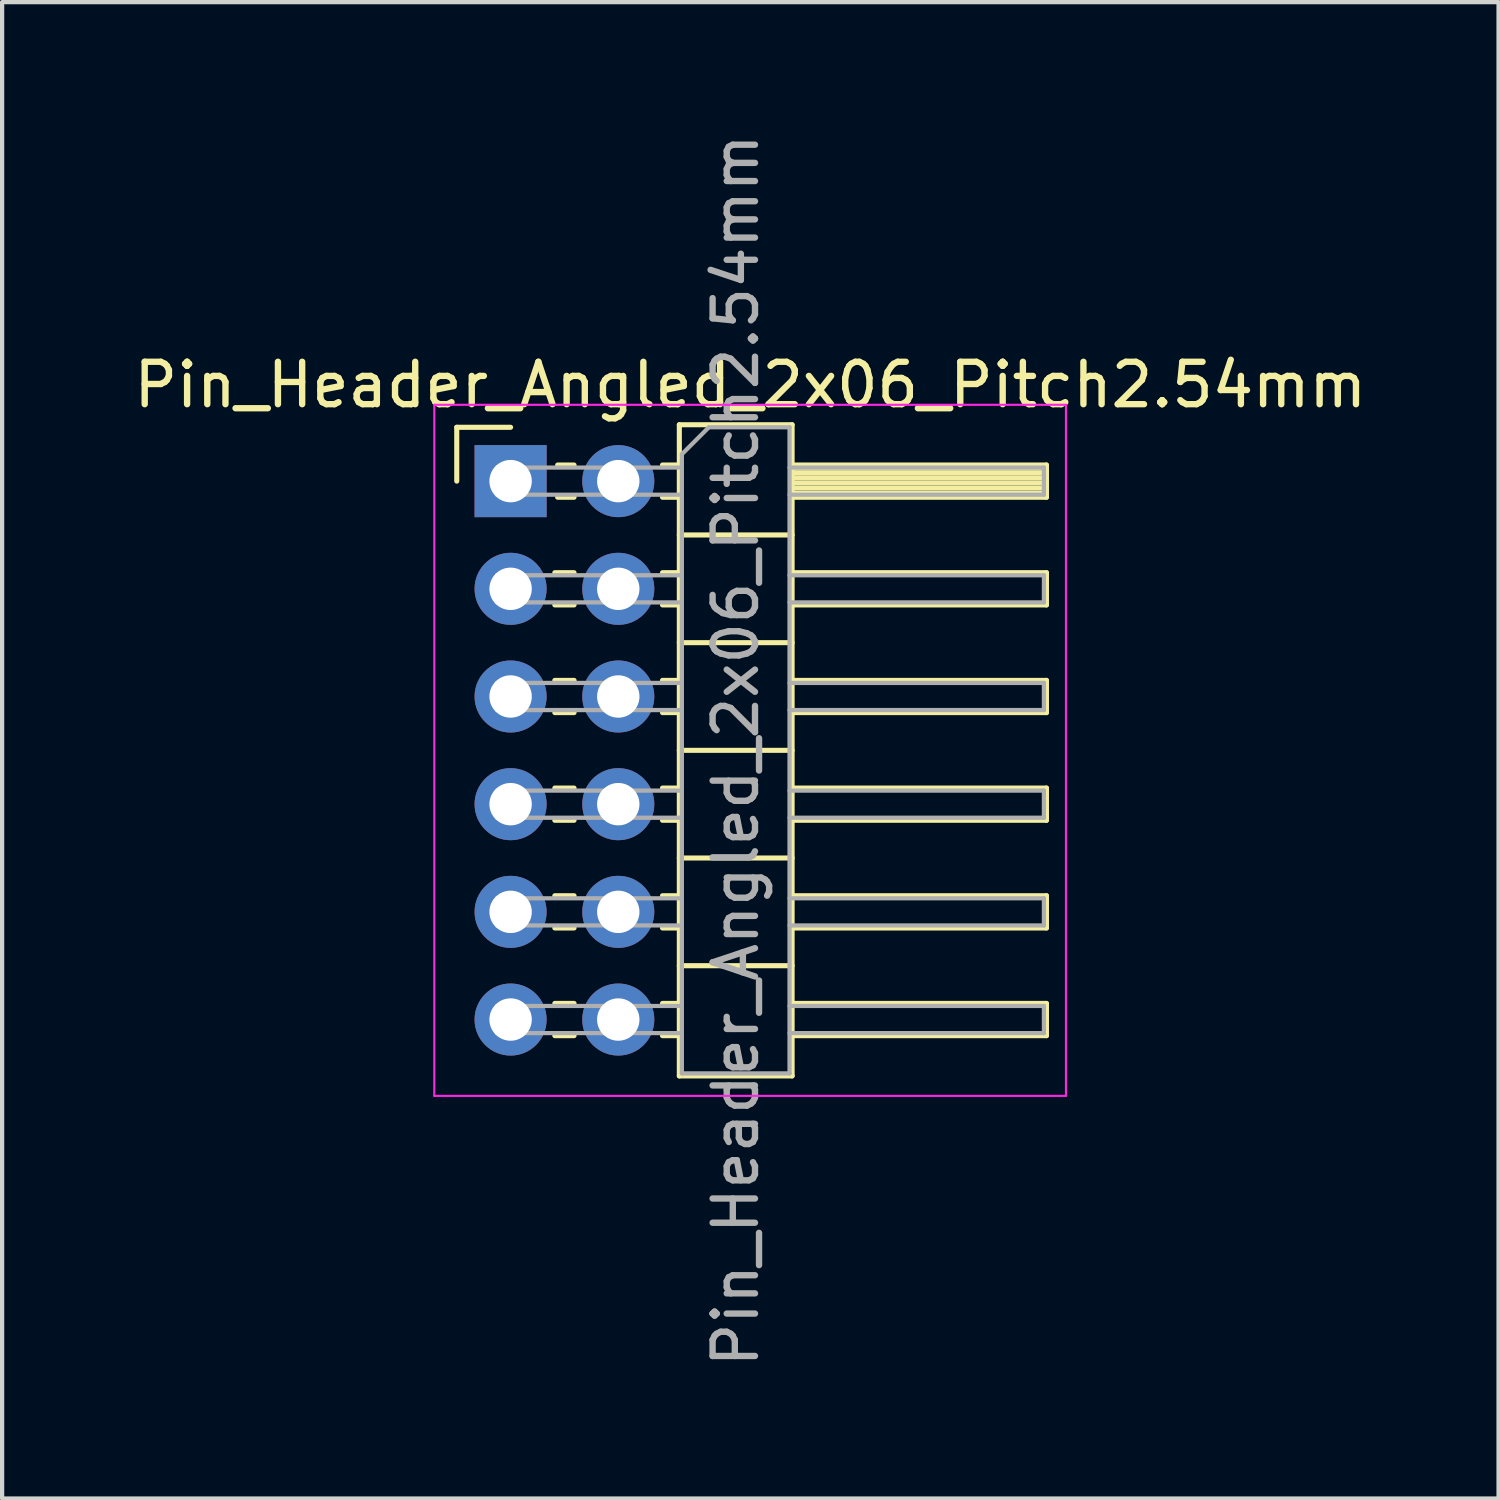
<source format=kicad_pcb>
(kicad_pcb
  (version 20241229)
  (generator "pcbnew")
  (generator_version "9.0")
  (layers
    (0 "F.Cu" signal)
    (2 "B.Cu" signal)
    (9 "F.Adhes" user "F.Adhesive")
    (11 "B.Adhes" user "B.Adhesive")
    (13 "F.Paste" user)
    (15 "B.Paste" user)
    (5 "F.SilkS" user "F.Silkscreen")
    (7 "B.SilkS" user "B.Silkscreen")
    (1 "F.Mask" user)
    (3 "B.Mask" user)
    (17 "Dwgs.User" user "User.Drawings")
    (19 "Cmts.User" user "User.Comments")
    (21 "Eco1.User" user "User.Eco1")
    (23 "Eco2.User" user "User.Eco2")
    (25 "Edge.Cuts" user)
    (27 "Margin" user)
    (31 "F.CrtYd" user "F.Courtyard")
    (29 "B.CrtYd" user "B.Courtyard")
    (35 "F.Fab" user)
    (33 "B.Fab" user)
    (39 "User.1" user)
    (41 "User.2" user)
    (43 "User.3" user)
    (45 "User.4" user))
  (footprint "Pin_Header_Angled_2x06_Pitch2.54mm"
    (layer "F.Cu")
    (at 8.994 8.299)
    (property "Reference" "Pin_Header_Angled_2x06_Pitch2.54mm" (at 5.655 -2.27 0) (layer "F.SilkS") (effects (font (size 1 1) (thickness 0.15))))
    (attr through_hole)
    (fp_line (start -1.27 -1.27) (end 0 -1.27) (stroke (width 0.12) (type solid)) (layer "F.SilkS"))
    (fp_line (start -1.27 0) (end -1.27 -1.27) (stroke (width 0.12) (type solid)) (layer "F.SilkS"))
    (fp_line (start 1.043 2.16) (end 1.497 2.16) (stroke (width 0.12) (type solid)) (layer "F.SilkS"))
    (fp_line (start 1.043 2.92) (end 1.497 2.92) (stroke (width 0.12) (type solid)) (layer "F.SilkS"))
    (fp_line (start 1.043 4.7) (end 1.497 4.7) (stroke (width 0.12) (type solid)) (layer "F.SilkS"))
    (fp_line (start 1.043 5.46) (end 1.497 5.46) (stroke (width 0.12) (type solid)) (layer "F.SilkS"))
    (fp_line (start 1.043 7.24) (end 1.497 7.24) (stroke (width 0.12) (type solid)) (layer "F.SilkS"))
    (fp_line (start 1.043 8) (end 1.497 8) (stroke (width 0.12) (type solid)) (layer "F.SilkS"))
    (fp_line (start 1.043 9.78) (end 1.497 9.78) (stroke (width 0.12) (type solid)) (layer "F.SilkS"))
    (fp_line (start 1.043 10.54) (end 1.497 10.54) (stroke (width 0.12) (type solid)) (layer "F.SilkS"))
    (fp_line (start 1.043 12.32) (end 1.497 12.32) (stroke (width 0.12) (type solid)) (layer "F.SilkS"))
    (fp_line (start 1.043 13.08) (end 1.497 13.08) (stroke (width 0.12) (type solid)) (layer "F.SilkS"))
    (fp_line (start 1.11 -0.38) (end 1.497 -0.38) (stroke (width 0.12) (type solid)) (layer "F.SilkS"))
    (fp_line (start 1.11 0.38) (end 1.497 0.38) (stroke (width 0.12) (type solid)) (layer "F.SilkS"))
    (fp_line (start 3.583 -0.38) (end 3.98 -0.38) (stroke (width 0.12) (type solid)) (layer "F.SilkS"))
    (fp_line (start 3.583 0.38) (end 3.98 0.38) (stroke (width 0.12) (type solid)) (layer "F.SilkS"))
    (fp_line (start 3.583 2.16) (end 3.98 2.16) (stroke (width 0.12) (type solid)) (layer "F.SilkS"))
    (fp_line (start 3.583 2.92) (end 3.98 2.92) (stroke (width 0.12) (type solid)) (layer "F.SilkS"))
    (fp_line (start 3.583 4.7) (end 3.98 4.7) (stroke (width 0.12) (type solid)) (layer "F.SilkS"))
    (fp_line (start 3.583 5.46) (end 3.98 5.46) (stroke (width 0.12) (type solid)) (layer "F.SilkS"))
    (fp_line (start 3.583 7.24) (end 3.98 7.24) (stroke (width 0.12) (type solid)) (layer "F.SilkS"))
    (fp_line (start 3.583 8) (end 3.98 8) (stroke (width 0.12) (type solid)) (layer "F.SilkS"))
    (fp_line (start 3.583 9.78) (end 3.98 9.78) (stroke (width 0.12) (type solid)) (layer "F.SilkS"))
    (fp_line (start 3.583 10.54) (end 3.98 10.54) (stroke (width 0.12) (type solid)) (layer "F.SilkS"))
    (fp_line (start 3.583 12.32) (end 3.98 12.32) (stroke (width 0.12) (type solid)) (layer "F.SilkS"))
    (fp_line (start 3.583 13.08) (end 3.98 13.08) (stroke (width 0.12) (type solid)) (layer "F.SilkS"))
    (fp_line (start 3.98 -1.33) (end 3.98 14.03) (stroke (width 0.12) (type solid)) (layer "F.SilkS"))
    (fp_line (start 3.98 1.27) (end 6.64 1.27) (stroke (width 0.12) (type solid)) (layer "F.SilkS"))
    (fp_line (start 3.98 3.81) (end 6.64 3.81) (stroke (width 0.12) (type solid)) (layer "F.SilkS"))
    (fp_line (start 3.98 6.35) (end 6.64 6.35) (stroke (width 0.12) (type solid)) (layer "F.SilkS"))
    (fp_line (start 3.98 8.89) (end 6.64 8.89) (stroke (width 0.12) (type solid)) (layer "F.SilkS"))
    (fp_line (start 3.98 11.43) (end 6.64 11.43) (stroke (width 0.12) (type solid)) (layer "F.SilkS"))
    (fp_line (start 3.98 14.03) (end 6.64 14.03) (stroke (width 0.12) (type solid)) (layer "F.SilkS"))
    (fp_line (start 6.64 -1.33) (end 3.98 -1.33) (stroke (width 0.12) (type solid)) (layer "F.SilkS"))
    (fp_line (start 6.64 -0.38) (end 12.64 -0.38) (stroke (width 0.12) (type solid)) (layer "F.SilkS"))
    (fp_line (start 6.64 -0.32) (end 12.64 -0.32) (stroke (width 0.12) (type solid)) (layer "F.SilkS"))
    (fp_line (start 6.64 -0.2) (end 12.64 -0.2) (stroke (width 0.12) (type solid)) (layer "F.SilkS"))
    (fp_line (start 6.64 -0.08) (end 12.64 -0.08) (stroke (width 0.12) (type solid)) (layer "F.SilkS"))
    (fp_line (start 6.64 0.04) (end 12.64 0.04) (stroke (width 0.12) (type solid)) (layer "F.SilkS"))
    (fp_line (start 6.64 0.16) (end 12.64 0.16) (stroke (width 0.12) (type solid)) (layer "F.SilkS"))
    (fp_line (start 6.64 0.28) (end 12.64 0.28) (stroke (width 0.12) (type solid)) (layer "F.SilkS"))
    (fp_line (start 6.64 2.16) (end 12.64 2.16) (stroke (width 0.12) (type solid)) (layer "F.SilkS"))
    (fp_line (start 6.64 4.7) (end 12.64 4.7) (stroke (width 0.12) (type solid)) (layer "F.SilkS"))
    (fp_line (start 6.64 7.24) (end 12.64 7.24) (stroke (width 0.12) (type solid)) (layer "F.SilkS"))
    (fp_line (start 6.64 9.78) (end 12.64 9.78) (stroke (width 0.12) (type solid)) (layer "F.SilkS"))
    (fp_line (start 6.64 12.32) (end 12.64 12.32) (stroke (width 0.12) (type solid)) (layer "F.SilkS"))
    (fp_line (start 6.64 14.03) (end 6.64 -1.33) (stroke (width 0.12) (type solid)) (layer "F.SilkS"))
    (fp_line (start 12.64 -0.38) (end 12.64 0.38) (stroke (width 0.12) (type solid)) (layer "F.SilkS"))
    (fp_line (start 12.64 0.38) (end 6.64 0.38) (stroke (width 0.12) (type solid)) (layer "F.SilkS"))
    (fp_line (start 12.64 2.16) (end 12.64 2.92) (stroke (width 0.12) (type solid)) (layer "F.SilkS"))
    (fp_line (start 12.64 2.92) (end 6.64 2.92) (stroke (width 0.12) (type solid)) (layer "F.SilkS"))
    (fp_line (start 12.64 4.7) (end 12.64 5.46) (stroke (width 0.12) (type solid)) (layer "F.SilkS"))
    (fp_line (start 12.64 5.46) (end 6.64 5.46) (stroke (width 0.12) (type solid)) (layer "F.SilkS"))
    (fp_line (start 12.64 7.24) (end 12.64 8) (stroke (width 0.12) (type solid)) (layer "F.SilkS"))
    (fp_line (start 12.64 8) (end 6.64 8) (stroke (width 0.12) (type solid)) (layer "F.SilkS"))
    (fp_line (start 12.64 9.78) (end 12.64 10.54) (stroke (width 0.12) (type solid)) (layer "F.SilkS"))
    (fp_line (start 12.64 10.54) (end 6.64 10.54) (stroke (width 0.12) (type solid)) (layer "F.SilkS"))
    (fp_line (start 12.64 12.32) (end 12.64 13.08) (stroke (width 0.12) (type solid)) (layer "F.SilkS"))
    (fp_line (start 12.64 13.08) (end 6.64 13.08) (stroke (width 0.12) (type solid)) (layer "F.SilkS"))
    (fp_line (start -1.8 -1.8) (end -1.8 14.5) (stroke (width 0.05) (type solid)) (layer "F.CrtYd"))
    (fp_line (start -1.8 14.5) (end 13.1 14.5) (stroke (width 0.05) (type solid)) (layer "F.CrtYd"))
    (fp_line (start 13.1 -1.8) (end -1.8 -1.8) (stroke (width 0.05) (type solid)) (layer "F.CrtYd"))
    (fp_line (start 13.1 14.5) (end 13.1 -1.8) (stroke (width 0.05) (type solid)) (layer "F.CrtYd"))
    (fp_line (start -0.32 -0.32) (end -0.32 0.32) (stroke (width 0.1) (type solid)) (layer "F.Fab"))
    (fp_line (start -0.32 -0.32) (end 4.04 -0.32) (stroke (width 0.1) (type solid)) (layer "F.Fab"))
    (fp_line (start -0.32 0.32) (end 4.04 0.32) (stroke (width 0.1) (type solid)) (layer "F.Fab"))
    (fp_line (start -0.32 2.22) (end -0.32 2.86) (stroke (width 0.1) (type solid)) (layer "F.Fab"))
    (fp_line (start -0.32 2.22) (end 4.04 2.22) (stroke (width 0.1) (type solid)) (layer "F.Fab"))
    (fp_line (start -0.32 2.86) (end 4.04 2.86) (stroke (width 0.1) (type solid)) (layer "F.Fab"))
    (fp_line (start -0.32 4.76) (end -0.32 5.4) (stroke (width 0.1) (type solid)) (layer "F.Fab"))
    (fp_line (start -0.32 4.76) (end 4.04 4.76) (stroke (width 0.1) (type solid)) (layer "F.Fab"))
    (fp_line (start -0.32 5.4) (end 4.04 5.4) (stroke (width 0.1) (type solid)) (layer "F.Fab"))
    (fp_line (start -0.32 7.3) (end -0.32 7.94) (stroke (width 0.1) (type solid)) (layer "F.Fab"))
    (fp_line (start -0.32 7.3) (end 4.04 7.3) (stroke (width 0.1) (type solid)) (layer "F.Fab"))
    (fp_line (start -0.32 7.94) (end 4.04 7.94) (stroke (width 0.1) (type solid)) (layer "F.Fab"))
    (fp_line (start -0.32 9.84) (end -0.32 10.48) (stroke (width 0.1) (type solid)) (layer "F.Fab"))
    (fp_line (start -0.32 9.84) (end 4.04 9.84) (stroke (width 0.1) (type solid)) (layer "F.Fab"))
    (fp_line (start -0.32 10.48) (end 4.04 10.48) (stroke (width 0.1) (type solid)) (layer "F.Fab"))
    (fp_line (start -0.32 12.38) (end -0.32 13.02) (stroke (width 0.1) (type solid)) (layer "F.Fab"))
    (fp_line (start -0.32 12.38) (end 4.04 12.38) (stroke (width 0.1) (type solid)) (layer "F.Fab"))
    (fp_line (start -0.32 13.02) (end 4.04 13.02) (stroke (width 0.1) (type solid)) (layer "F.Fab"))
    (fp_line (start 4.04 -0.635) (end 4.675 -1.27) (stroke (width 0.1) (type solid)) (layer "F.Fab"))
    (fp_line (start 4.04 13.97) (end 4.04 -0.635) (stroke (width 0.1) (type solid)) (layer "F.Fab"))
    (fp_line (start 4.675 -1.27) (end 6.58 -1.27) (stroke (width 0.1) (type solid)) (layer "F.Fab"))
    (fp_line (start 6.58 -1.27) (end 6.58 13.97) (stroke (width 0.1) (type solid)) (layer "F.Fab"))
    (fp_line (start 6.58 -0.32) (end 12.58 -0.32) (stroke (width 0.1) (type solid)) (layer "F.Fab"))
    (fp_line (start 6.58 0.32) (end 12.58 0.32) (stroke (width 0.1) (type solid)) (layer "F.Fab"))
    (fp_line (start 6.58 2.22) (end 12.58 2.22) (stroke (width 0.1) (type solid)) (layer "F.Fab"))
    (fp_line (start 6.58 2.86) (end 12.58 2.86) (stroke (width 0.1) (type solid)) (layer "F.Fab"))
    (fp_line (start 6.58 4.76) (end 12.58 4.76) (stroke (width 0.1) (type solid)) (layer "F.Fab"))
    (fp_line (start 6.58 5.4) (end 12.58 5.4) (stroke (width 0.1) (type solid)) (layer "F.Fab"))
    (fp_line (start 6.58 7.3) (end 12.58 7.3) (stroke (width 0.1) (type solid)) (layer "F.Fab"))
    (fp_line (start 6.58 7.94) (end 12.58 7.94) (stroke (width 0.1) (type solid)) (layer "F.Fab"))
    (fp_line (start 6.58 9.84) (end 12.58 9.84) (stroke (width 0.1) (type solid)) (layer "F.Fab"))
    (fp_line (start 6.58 10.48) (end 12.58 10.48) (stroke (width 0.1) (type solid)) (layer "F.Fab"))
    (fp_line (start 6.58 12.38) (end 12.58 12.38) (stroke (width 0.1) (type solid)) (layer "F.Fab"))
    (fp_line (start 6.58 13.02) (end 12.58 13.02) (stroke (width 0.1) (type solid)) (layer "F.Fab"))
    (fp_line (start 6.58 13.97) (end 4.04 13.97) (stroke (width 0.1) (type solid)) (layer "F.Fab"))
    (fp_line (start 12.58 -0.32) (end 12.58 0.32) (stroke (width 0.1) (type solid)) (layer "F.Fab"))
    (fp_line (start 12.58 2.22) (end 12.58 2.86) (stroke (width 0.1) (type solid)) (layer "F.Fab"))
    (fp_line (start 12.58 4.76) (end 12.58 5.4) (stroke (width 0.1) (type solid)) (layer "F.Fab"))
    (fp_line (start 12.58 7.3) (end 12.58 7.94) (stroke (width 0.1) (type solid)) (layer "F.Fab"))
    (fp_line (start 12.58 9.84) (end 12.58 10.48) (stroke (width 0.1) (type solid)) (layer "F.Fab"))
    (fp_line (start 12.58 12.38) (end 12.58 13.02) (stroke (width 0.1) (type solid)) (layer "F.Fab"))
    (fp_text user "${REFERENCE}" (at 5.31 6.35 90) (layer "F.Fab") (effects (font (size 1 1) (thickness 0.15))))
    (pad "1" thru_hole rect (at 0 0) (size 1.7 1.7) (drill 1) (layers "*.Cu" "*.Mask"))
    (pad "2" thru_hole oval (at 2.54 0) (size 1.7 1.7) (drill 1) (layers "*.Cu" "*.Mask"))
    (pad "3" thru_hole oval (at 0 2.54) (size 1.7 1.7) (drill 1) (layers "*.Cu" "*.Mask"))
    (pad "4" thru_hole oval (at 2.54 2.54) (size 1.7 1.7) (drill 1) (layers "*.Cu" "*.Mask"))
    (pad "5" thru_hole oval (at 0 5.08) (size 1.7 1.7) (drill 1) (layers "*.Cu" "*.Mask"))
    (pad "6" thru_hole oval (at 2.54 5.08) (size 1.7 1.7) (drill 1) (layers "*.Cu" "*.Mask"))
    (pad "7" thru_hole oval (at 0 7.62) (size 1.7 1.7) (drill 1) (layers "*.Cu" "*.Mask"))
    (pad "8" thru_hole oval (at 2.54 7.62) (size 1.7 1.7) (drill 1) (layers "*.Cu" "*.Mask"))
    (pad "9" thru_hole oval (at 0 10.16) (size 1.7 1.7) (drill 1) (layers "*.Cu" "*.Mask"))
    (pad "10" thru_hole oval (at 2.54 10.16) (size 1.7 1.7) (drill 1) (layers "*.Cu" "*.Mask"))
    (pad "11" thru_hole oval (at 0 12.7) (size 1.7 1.7) (drill 1) (layers "*.Cu" "*.Mask"))
    (pad "12" thru_hole oval (at 2.54 12.7) (size 1.7 1.7) (drill 1) (layers "*.Cu" "*.Mask")))
  (gr_rect
    (start -3 -3)
    (end 32.298 32.298)
    (stroke (width 0.1) (type default))
    (fill no)
    (layer "Edge.Cuts")))
</source>
